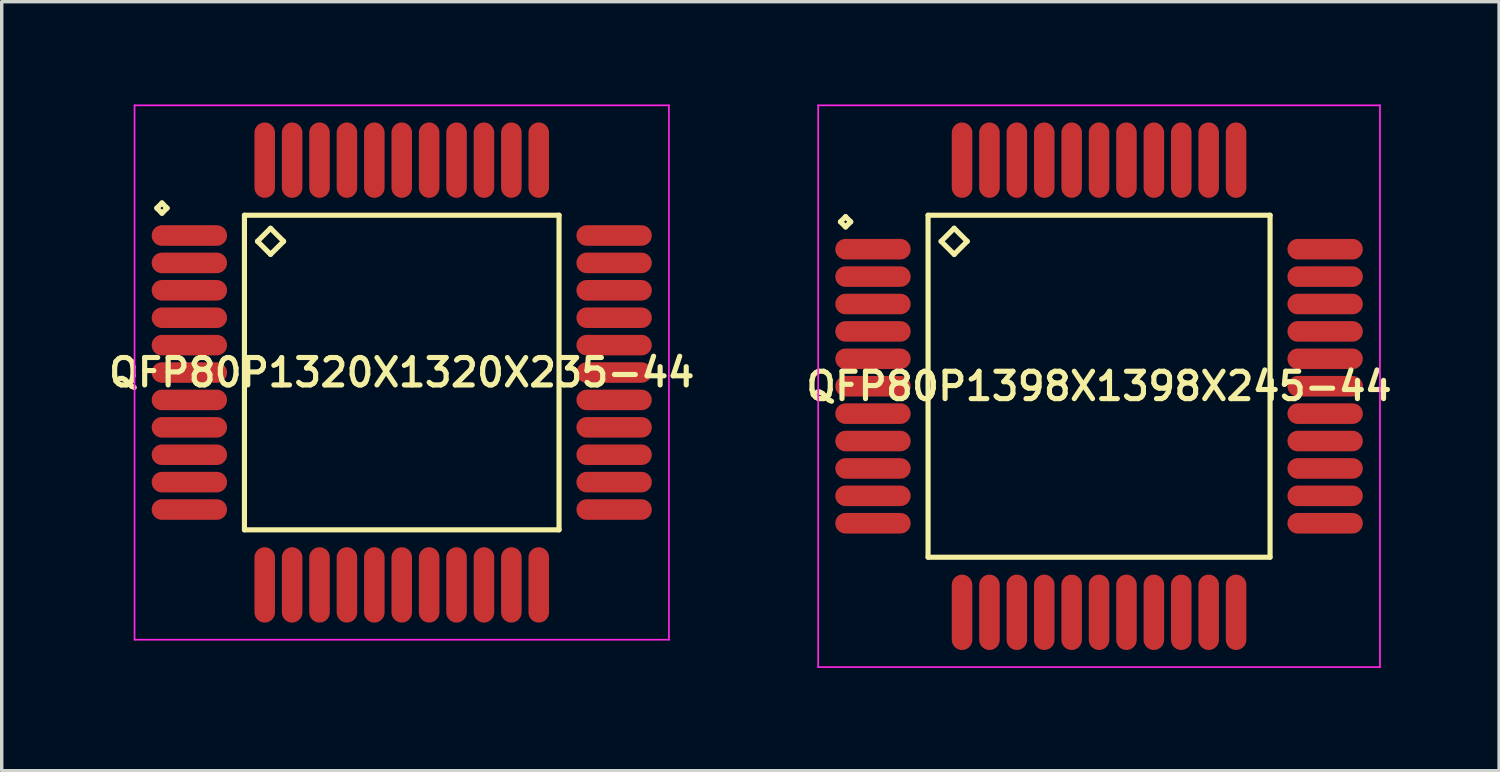
<source format=kicad_pcb>
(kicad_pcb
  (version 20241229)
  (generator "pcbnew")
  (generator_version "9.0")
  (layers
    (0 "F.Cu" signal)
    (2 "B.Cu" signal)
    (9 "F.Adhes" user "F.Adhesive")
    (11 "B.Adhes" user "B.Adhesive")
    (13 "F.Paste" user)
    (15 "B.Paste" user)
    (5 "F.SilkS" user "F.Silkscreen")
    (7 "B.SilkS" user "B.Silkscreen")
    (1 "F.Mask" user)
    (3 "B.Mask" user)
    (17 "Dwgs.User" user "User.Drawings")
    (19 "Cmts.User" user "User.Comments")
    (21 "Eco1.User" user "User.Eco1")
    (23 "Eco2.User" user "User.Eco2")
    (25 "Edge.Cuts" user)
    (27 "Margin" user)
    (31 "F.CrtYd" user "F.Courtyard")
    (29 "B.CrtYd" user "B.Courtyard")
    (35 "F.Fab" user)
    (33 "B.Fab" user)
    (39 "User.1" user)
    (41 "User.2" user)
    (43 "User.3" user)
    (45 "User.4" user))
  (footprint "QFP80P1320X1320X235-44"
    (layer "F.Cu")
    (at 8.678 7.825)
    (property "Reference" "QFP80P1320X1320X235-44" (at 0 0 0) (layer "F.SilkS") (effects (font (size 0.8 0.8) (thickness 0.15))))
    (attr smd)
    (fp_line (start -7.15 -4.8) (end -7 -4.95) (stroke (width 0.15) (type solid)) (layer "F.SilkS"))
    (fp_line (start -7 -4.95) (end -6.85 -4.8) (stroke (width 0.15) (type solid)) (layer "F.SilkS"))
    (fp_line (start -7 -4.65) (end -7.15 -4.8) (stroke (width 0.15) (type solid)) (layer "F.SilkS"))
    (fp_line (start -6.85 -4.8) (end -7 -4.65) (stroke (width 0.15) (type solid)) (layer "F.SilkS"))
    (fp_line (start -4.592 -4.592) (end -4.592 4.592) (stroke (width 0.15) (type solid)) (layer "F.SilkS"))
    (fp_line (start -4.592 4.592) (end 4.592 4.592) (stroke (width 0.15) (type solid)) (layer "F.SilkS"))
    (fp_line (start -4.211 -3.83) (end -3.83 -4.211) (stroke (width 0.15) (type solid)) (layer "F.SilkS"))
    (fp_line (start -3.83 -4.211) (end -3.449 -3.83) (stroke (width 0.15) (type solid)) (layer "F.SilkS"))
    (fp_line (start -3.83 -3.449) (end -4.211 -3.83) (stroke (width 0.15) (type solid)) (layer "F.SilkS"))
    (fp_line (start -3.449 -3.83) (end -3.83 -3.449) (stroke (width 0.15) (type solid)) (layer "F.SilkS"))
    (fp_line (start 4.592 -4.592) (end -4.592 -4.592) (stroke (width 0.15) (type solid)) (layer "F.SilkS"))
    (fp_line (start 4.592 4.592) (end 4.592 -4.592) (stroke (width 0.15) (type solid)) (layer "F.SilkS"))
    (fp_line (start -7.8 -7.8) (end 7.8 -7.8) (stroke (width 0.05) (type solid)) (layer "F.CrtYd"))
    (fp_line (start -7.8 7.8) (end -7.8 -7.8) (stroke (width 0.05) (type solid)) (layer "F.CrtYd"))
    (fp_line (start 7.8 -7.8) (end 7.8 7.8) (stroke (width 0.05) (type solid)) (layer "F.CrtYd"))
    (fp_line (start 7.8 7.8) (end -7.8 7.8) (stroke (width 0.05) (type solid)) (layer "F.CrtYd"))
    (pad "1" smd oval (at -6.2 -4) (size 2.2 0.6) (layers "F.Cu" "F.Mask" "F.Paste"))
    (pad "2" smd oval (at -6.2 -3.2) (size 2.2 0.6) (layers "F.Cu" "F.Mask" "F.Paste"))
    (pad "3" smd oval (at -6.2 -2.4) (size 2.2 0.6) (layers "F.Cu" "F.Mask" "F.Paste"))
    (pad "4" smd oval (at -6.2 -1.6) (size 2.2 0.6) (layers "F.Cu" "F.Mask" "F.Paste"))
    (pad "5" smd oval (at -6.2 -0.8) (size 2.2 0.6) (layers "F.Cu" "F.Mask" "F.Paste"))
    (pad "6" smd oval (at -6.2 0) (size 2.2 0.6) (layers "F.Cu" "F.Mask" "F.Paste"))
    (pad "7" smd oval (at -6.2 0.8) (size 2.2 0.6) (layers "F.Cu" "F.Mask" "F.Paste"))
    (pad "8" smd oval (at -6.2 1.6) (size 2.2 0.6) (layers "F.Cu" "F.Mask" "F.Paste"))
    (pad "9" smd oval (at -6.2 2.4) (size 2.2 0.6) (layers "F.Cu" "F.Mask" "F.Paste"))
    (pad "10" smd oval (at -6.2 3.2) (size 2.2 0.6) (layers "F.Cu" "F.Mask" "F.Paste"))
    (pad "11" smd oval (at -6.2 4) (size 2.2 0.6) (layers "F.Cu" "F.Mask" "F.Paste"))
    (pad "12" smd oval (at -4 6.2) (size 0.6 2.2) (layers "F.Cu" "F.Mask" "F.Paste"))
    (pad "13" smd oval (at -3.2 6.2) (size 0.6 2.2) (layers "F.Cu" "F.Mask" "F.Paste"))
    (pad "14" smd oval (at -2.4 6.2) (size 0.6 2.2) (layers "F.Cu" "F.Mask" "F.Paste"))
    (pad "15" smd oval (at -1.6 6.2) (size 0.6 2.2) (layers "F.Cu" "F.Mask" "F.Paste"))
    (pad "16" smd oval (at -0.8 6.2) (size 0.6 2.2) (layers "F.Cu" "F.Mask" "F.Paste"))
    (pad "17" smd oval (at 0 6.2) (size 0.6 2.2) (layers "F.Cu" "F.Mask" "F.Paste"))
    (pad "18" smd oval (at 0.8 6.2) (size 0.6 2.2) (layers "F.Cu" "F.Mask" "F.Paste"))
    (pad "19" smd oval (at 1.6 6.2) (size 0.6 2.2) (layers "F.Cu" "F.Mask" "F.Paste"))
    (pad "20" smd oval (at 2.4 6.2) (size 0.6 2.2) (layers "F.Cu" "F.Mask" "F.Paste"))
    (pad "21" smd oval (at 3.2 6.2) (size 0.6 2.2) (layers "F.Cu" "F.Mask" "F.Paste"))
    (pad "22" smd oval (at 4 6.2) (size 0.6 2.2) (layers "F.Cu" "F.Mask" "F.Paste"))
    (pad "23" smd oval (at 6.2 4) (size 2.2 0.6) (layers "F.Cu" "F.Mask" "F.Paste"))
    (pad "24" smd oval (at 6.2 3.2) (size 2.2 0.6) (layers "F.Cu" "F.Mask" "F.Paste"))
    (pad "25" smd oval (at 6.2 2.4) (size 2.2 0.6) (layers "F.Cu" "F.Mask" "F.Paste"))
    (pad "26" smd oval (at 6.2 1.6) (size 2.2 0.6) (layers "F.Cu" "F.Mask" "F.Paste"))
    (pad "27" smd oval (at 6.2 0.8) (size 2.2 0.6) (layers "F.Cu" "F.Mask" "F.Paste"))
    (pad "28" smd oval (at 6.2 0) (size 2.2 0.6) (layers "F.Cu" "F.Mask" "F.Paste"))
    (pad "29" smd oval (at 6.2 -0.8) (size 2.2 0.6) (layers "F.Cu" "F.Mask" "F.Paste"))
    (pad "30" smd oval (at 6.2 -1.6) (size 2.2 0.6) (layers "F.Cu" "F.Mask" "F.Paste"))
    (pad "31" smd oval (at 6.2 -2.4) (size 2.2 0.6) (layers "F.Cu" "F.Mask" "F.Paste"))
    (pad "32" smd oval (at 6.2 -3.2) (size 2.2 0.6) (layers "F.Cu" "F.Mask" "F.Paste"))
    (pad "33" smd oval (at 6.2 -4) (size 2.2 0.6) (layers "F.Cu" "F.Mask" "F.Paste"))
    (pad "34" smd oval (at 4 -6.2) (size 0.6 2.2) (layers "F.Cu" "F.Mask" "F.Paste"))
    (pad "35" smd oval (at 3.2 -6.2) (size 0.6 2.2) (layers "F.Cu" "F.Mask" "F.Paste"))
    (pad "36" smd oval (at 2.4 -6.2) (size 0.6 2.2) (layers "F.Cu" "F.Mask" "F.Paste"))
    (pad "37" smd oval (at 1.6 -6.2) (size 0.6 2.2) (layers "F.Cu" "F.Mask" "F.Paste"))
    (pad "38" smd oval (at 0.8 -6.2) (size 0.6 2.2) (layers "F.Cu" "F.Mask" "F.Paste"))
    (pad "39" smd oval (at 0 -6.2) (size 0.6 2.2) (layers "F.Cu" "F.Mask" "F.Paste"))
    (pad "40" smd oval (at -0.8 -6.2) (size 0.6 2.2) (layers "F.Cu" "F.Mask" "F.Paste"))
    (pad "41" smd oval (at -1.6 -6.2) (size 0.6 2.2) (layers "F.Cu" "F.Mask" "F.Paste"))
    (pad "42" smd oval (at -2.4 -6.2) (size 0.6 2.2) (layers "F.Cu" "F.Mask" "F.Paste"))
    (pad "43" smd oval (at -3.2 -6.2) (size 0.6 2.2) (layers "F.Cu" "F.Mask" "F.Paste"))
    (pad "44" smd oval (at -4 -6.2) (size 0.6 2.2) (layers "F.Cu" "F.Mask" "F.Paste")))
  (footprint "QFP80P1398X1398X245-44"
    (layer "F.Cu")
    (at 29.035 8.225)
    (property "Reference" "QFP80P1398X1398X245-44" (at 0 0 0) (layer "F.SilkS") (effects (font (size 0.8 0.8) (thickness 0.15))))
    (attr smd)
    (fp_line (start -7.55 -4.8) (end -7.4 -4.95) (stroke (width 0.15) (type solid)) (layer "F.SilkS"))
    (fp_line (start -7.4 -4.95) (end -7.25 -4.8) (stroke (width 0.15) (type solid)) (layer "F.SilkS"))
    (fp_line (start -7.4 -4.65) (end -7.55 -4.8) (stroke (width 0.15) (type solid)) (layer "F.SilkS"))
    (fp_line (start -7.25 -4.8) (end -7.4 -4.65) (stroke (width 0.15) (type solid)) (layer "F.SilkS"))
    (fp_line (start -4.992 -4.992) (end -4.992 4.992) (stroke (width 0.15) (type solid)) (layer "F.SilkS"))
    (fp_line (start -4.992 4.992) (end 4.992 4.992) (stroke (width 0.15) (type solid)) (layer "F.SilkS"))
    (fp_line (start -4.611 -4.23) (end -4.23 -4.611) (stroke (width 0.15) (type solid)) (layer "F.SilkS"))
    (fp_line (start -4.23 -4.611) (end -3.849 -4.23) (stroke (width 0.15) (type solid)) (layer "F.SilkS"))
    (fp_line (start -4.23 -3.849) (end -4.611 -4.23) (stroke (width 0.15) (type solid)) (layer "F.SilkS"))
    (fp_line (start -3.849 -4.23) (end -4.23 -3.849) (stroke (width 0.15) (type solid)) (layer "F.SilkS"))
    (fp_line (start 4.992 -4.992) (end -4.992 -4.992) (stroke (width 0.15) (type solid)) (layer "F.SilkS"))
    (fp_line (start 4.992 4.992) (end 4.992 -4.992) (stroke (width 0.15) (type solid)) (layer "F.SilkS"))
    (fp_line (start -8.2 -8.2) (end 8.2 -8.2) (stroke (width 0.05) (type solid)) (layer "F.CrtYd"))
    (fp_line (start -8.2 8.2) (end -8.2 -8.2) (stroke (width 0.05) (type solid)) (layer "F.CrtYd"))
    (fp_line (start 8.2 -8.2) (end 8.2 8.2) (stroke (width 0.05) (type solid)) (layer "F.CrtYd"))
    (fp_line (start 8.2 8.2) (end -8.2 8.2) (stroke (width 0.05) (type solid)) (layer "F.CrtYd"))
    (pad "1" smd oval (at -6.6 -4) (size 2.2 0.6) (layers "F.Cu" "F.Mask" "F.Paste"))
    (pad "2" smd oval (at -6.6 -3.2) (size 2.2 0.6) (layers "F.Cu" "F.Mask" "F.Paste"))
    (pad "3" smd oval (at -6.6 -2.4) (size 2.2 0.6) (layers "F.Cu" "F.Mask" "F.Paste"))
    (pad "4" smd oval (at -6.6 -1.6) (size 2.2 0.6) (layers "F.Cu" "F.Mask" "F.Paste"))
    (pad "5" smd oval (at -6.6 -0.8) (size 2.2 0.6) (layers "F.Cu" "F.Mask" "F.Paste"))
    (pad "6" smd oval (at -6.6 0) (size 2.2 0.6) (layers "F.Cu" "F.Mask" "F.Paste"))
    (pad "7" smd oval (at -6.6 0.8) (size 2.2 0.6) (layers "F.Cu" "F.Mask" "F.Paste"))
    (pad "8" smd oval (at -6.6 1.6) (size 2.2 0.6) (layers "F.Cu" "F.Mask" "F.Paste"))
    (pad "9" smd oval (at -6.6 2.4) (size 2.2 0.6) (layers "F.Cu" "F.Mask" "F.Paste"))
    (pad "10" smd oval (at -6.6 3.2) (size 2.2 0.6) (layers "F.Cu" "F.Mask" "F.Paste"))
    (pad "11" smd oval (at -6.6 4) (size 2.2 0.6) (layers "F.Cu" "F.Mask" "F.Paste"))
    (pad "12" smd oval (at -4 6.6) (size 0.6 2.2) (layers "F.Cu" "F.Mask" "F.Paste"))
    (pad "13" smd oval (at -3.2 6.6) (size 0.6 2.2) (layers "F.Cu" "F.Mask" "F.Paste"))
    (pad "14" smd oval (at -2.4 6.6) (size 0.6 2.2) (layers "F.Cu" "F.Mask" "F.Paste"))
    (pad "15" smd oval (at -1.6 6.6) (size 0.6 2.2) (layers "F.Cu" "F.Mask" "F.Paste"))
    (pad "16" smd oval (at -0.8 6.6) (size 0.6 2.2) (layers "F.Cu" "F.Mask" "F.Paste"))
    (pad "17" smd oval (at 0 6.6) (size 0.6 2.2) (layers "F.Cu" "F.Mask" "F.Paste"))
    (pad "18" smd oval (at 0.8 6.6) (size 0.6 2.2) (layers "F.Cu" "F.Mask" "F.Paste"))
    (pad "19" smd oval (at 1.6 6.6) (size 0.6 2.2) (layers "F.Cu" "F.Mask" "F.Paste"))
    (pad "20" smd oval (at 2.4 6.6) (size 0.6 2.2) (layers "F.Cu" "F.Mask" "F.Paste"))
    (pad "21" smd oval (at 3.2 6.6) (size 0.6 2.2) (layers "F.Cu" "F.Mask" "F.Paste"))
    (pad "22" smd oval (at 4 6.6) (size 0.6 2.2) (layers "F.Cu" "F.Mask" "F.Paste"))
    (pad "23" smd oval (at 6.6 4) (size 2.2 0.6) (layers "F.Cu" "F.Mask" "F.Paste"))
    (pad "24" smd oval (at 6.6 3.2) (size 2.2 0.6) (layers "F.Cu" "F.Mask" "F.Paste"))
    (pad "25" smd oval (at 6.6 2.4) (size 2.2 0.6) (layers "F.Cu" "F.Mask" "F.Paste"))
    (pad "26" smd oval (at 6.6 1.6) (size 2.2 0.6) (layers "F.Cu" "F.Mask" "F.Paste"))
    (pad "27" smd oval (at 6.6 0.8) (size 2.2 0.6) (layers "F.Cu" "F.Mask" "F.Paste"))
    (pad "28" smd oval (at 6.6 0) (size 2.2 0.6) (layers "F.Cu" "F.Mask" "F.Paste"))
    (pad "29" smd oval (at 6.6 -0.8) (size 2.2 0.6) (layers "F.Cu" "F.Mask" "F.Paste"))
    (pad "30" smd oval (at 6.6 -1.6) (size 2.2 0.6) (layers "F.Cu" "F.Mask" "F.Paste"))
    (pad "31" smd oval (at 6.6 -2.4) (size 2.2 0.6) (layers "F.Cu" "F.Mask" "F.Paste"))
    (pad "32" smd oval (at 6.6 -3.2) (size 2.2 0.6) (layers "F.Cu" "F.Mask" "F.Paste"))
    (pad "33" smd oval (at 6.6 -4) (size 2.2 0.6) (layers "F.Cu" "F.Mask" "F.Paste"))
    (pad "34" smd oval (at 4 -6.6) (size 0.6 2.2) (layers "F.Cu" "F.Mask" "F.Paste"))
    (pad "35" smd oval (at 3.2 -6.6) (size 0.6 2.2) (layers "F.Cu" "F.Mask" "F.Paste"))
    (pad "36" smd oval (at 2.4 -6.6) (size 0.6 2.2) (layers "F.Cu" "F.Mask" "F.Paste"))
    (pad "37" smd oval (at 1.6 -6.6) (size 0.6 2.2) (layers "F.Cu" "F.Mask" "F.Paste"))
    (pad "38" smd oval (at 0.8 -6.6) (size 0.6 2.2) (layers "F.Cu" "F.Mask" "F.Paste"))
    (pad "39" smd oval (at 0 -6.6) (size 0.6 2.2) (layers "F.Cu" "F.Mask" "F.Paste"))
    (pad "40" smd oval (at -0.8 -6.6) (size 0.6 2.2) (layers "F.Cu" "F.Mask" "F.Paste"))
    (pad "41" smd oval (at -1.6 -6.6) (size 0.6 2.2) (layers "F.Cu" "F.Mask" "F.Paste"))
    (pad "42" smd oval (at -2.4 -6.6) (size 0.6 2.2) (layers "F.Cu" "F.Mask" "F.Paste"))
    (pad "43" smd oval (at -3.2 -6.6) (size 0.6 2.2) (layers "F.Cu" "F.Mask" "F.Paste"))
    (pad "44" smd oval (at -4 -6.6) (size 0.6 2.2) (layers "F.Cu" "F.Mask" "F.Paste")))
  (gr_rect
    (start -3 -3)
    (end 40.713 19.45)
    (stroke (width 0.1) (type default))
    (fill no)
    (layer "Edge.Cuts")))
</source>
